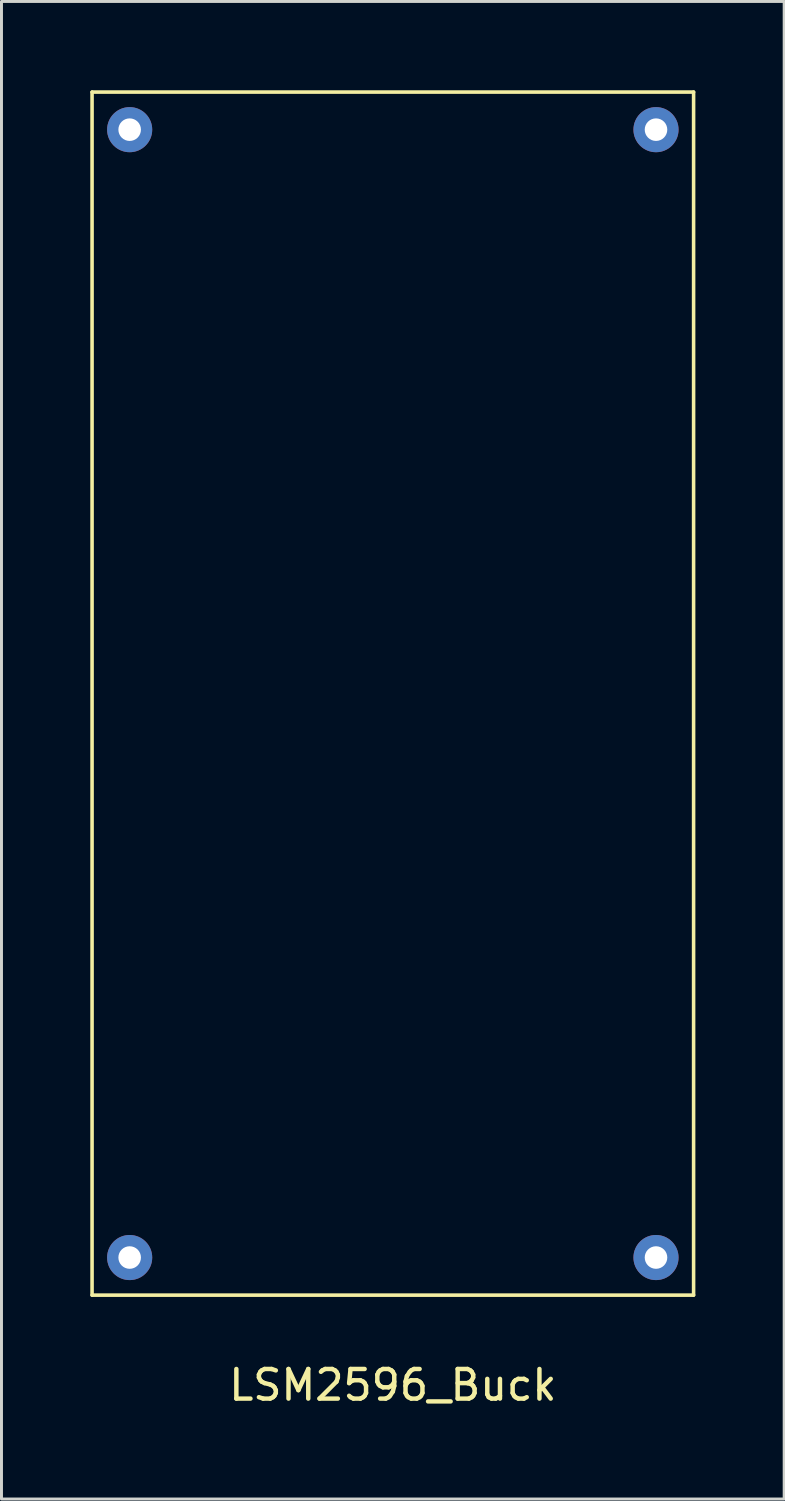
<source format=kicad_pcb>
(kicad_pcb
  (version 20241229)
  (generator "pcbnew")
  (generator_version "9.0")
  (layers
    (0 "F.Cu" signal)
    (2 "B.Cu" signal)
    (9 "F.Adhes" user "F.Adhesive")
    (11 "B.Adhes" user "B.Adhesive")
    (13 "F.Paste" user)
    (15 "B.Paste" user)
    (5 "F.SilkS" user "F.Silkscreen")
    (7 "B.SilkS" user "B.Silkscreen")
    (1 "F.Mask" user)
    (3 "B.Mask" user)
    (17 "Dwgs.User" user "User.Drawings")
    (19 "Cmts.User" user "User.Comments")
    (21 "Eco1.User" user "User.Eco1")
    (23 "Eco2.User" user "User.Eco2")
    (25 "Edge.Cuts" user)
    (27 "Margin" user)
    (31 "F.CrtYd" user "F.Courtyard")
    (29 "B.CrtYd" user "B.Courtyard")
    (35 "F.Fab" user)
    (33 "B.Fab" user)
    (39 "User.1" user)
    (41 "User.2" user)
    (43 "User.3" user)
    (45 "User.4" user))
  (footprint "LSM2596_Buck"
    (layer "F.Cu")
    (at 10.22 43.24)
    (property "Reference" "LSM2596_Buck" (at 0 0.5 0) (layer "F.SilkS") (effects (font (size 1 1) (thickness 0.15))))
    (attr through_hole)
    (fp_line (start -10.16 -43.18) (end -10.16 -2.54) (stroke (width 0.12) (type solid)) (layer "F.SilkS"))
    (fp_line (start -10.16 -2.54) (end 10.16 -2.54) (stroke (width 0.12) (type solid)) (layer "F.SilkS"))
    (fp_line (start 10.16 -43.18) (end -10.16 -43.18) (stroke (width 0.12) (type solid)) (layer "F.SilkS"))
    (fp_line (start 10.16 -2.54) (end 10.16 -43.18) (stroke (width 0.12) (type solid)) (layer "F.SilkS"))
    (pad "1" thru_hole circle (at -8.89 -41.91) (size 1.524 1.524) (drill 0.762) (layers "*.Cu" "*.Mask"))
    (pad "2" thru_hole circle (at 8.89 -41.91) (size 1.524 1.524) (drill 0.762) (layers "*.Cu" "*.Mask"))
    (pad "3" thru_hole circle (at 8.89 -3.81) (size 1.524 1.524) (drill 0.762) (layers "*.Cu" "*.Mask"))
    (pad "4" thru_hole circle (at -8.89 -3.81) (size 1.524 1.524) (drill 0.762) (layers "*.Cu" "*.Mask")))
  (gr_rect
    (start -3 -3)
    (end 23.44 47.588)
    (stroke (width 0.1) (type default))
    (fill no)
    (layer "Edge.Cuts")))
</source>
